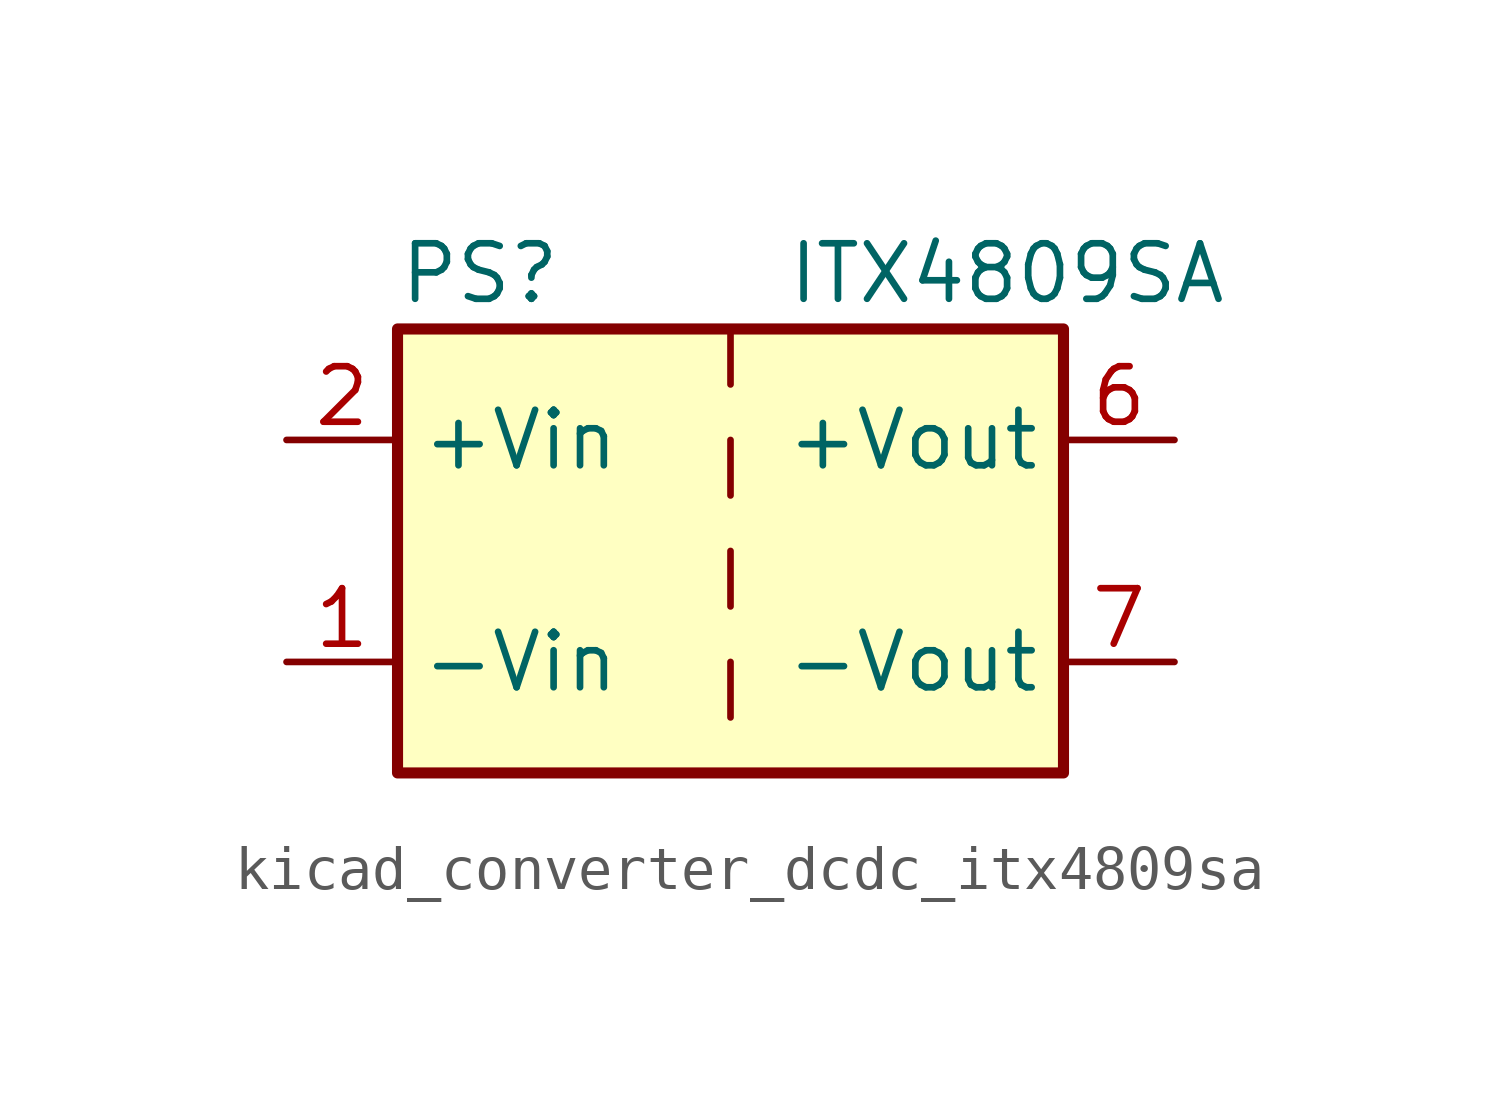
<source format=kicad_sym>
(kicad_symbol_lib
  (version 20220914)
  (generator kicad_symbol_editor)
  (symbol "kicad_converter_dcdc_itx4809sa"
    (property "Reference" "PS"
      (at -7.62 6.35 0)
      (effects (font (size 1.27 1.27)) (justify left)))
    (property "Value" "ITX4809SA"
      (at 1.27 6.35 0)
      (effects (font (size 1.27 1.27)) (justify left)))
    (symbol "kicad_converter_dcdc_itx4809sa_0_0"
      (pin power_in line (at -10.16 -2.54 0) (length 2.54) (name "-Vin" (effects (font (size 1.27 1.27)))) (number "1" (effects (font (size 1.27 1.27)))))
      (pin power_in line (at -10.16 2.54 0) (length 2.54) (name "+Vin" (effects (font (size 1.27 1.27)))) (number "2" (effects (font (size 1.27 1.27)))))
      (pin power_out line (at 10.16 2.54 180) (length 2.54) (name "+Vout" (effects (font (size 1.27 1.27)))) (number "6" (effects (font (size 1.27 1.27)))))
      (pin power_out line (at 10.16 -2.54 180) (length 2.54) (name "-Vout" (effects (font (size 1.27 1.27)))) (number "7" (effects (font (size 1.27 1.27)))))
      (pin no_connect line (at 7.62 0 180) (length 2.54) hide (name "NC" (effects (font (size 1.27 1.27)))) (number "8" (effects (font (size 1.27 1.27))))))
    (symbol "kicad_converter_dcdc_itx4809sa_0_1"
      (rectangle (start -7.62 5.08) (end 7.62 -5.08) (stroke (width 0.254) (type default)) (fill (type background)))
      (polyline (pts (xy 0 -2.54) (xy 0 -3.81)) (stroke (width 0) (type default)) (fill (type none)))
      (polyline (pts (xy 0 0) (xy 0 -1.27)) (stroke (width 0) (type default)) (fill (type none)))
      (polyline (pts (xy 0 2.54) (xy 0 1.27)) (stroke (width 0) (type default)) (fill (type none)))
      (polyline (pts (xy 0 5.08) (xy 0 3.81)) (stroke (width 0) (type default)) (fill (type none))))))
</source>
